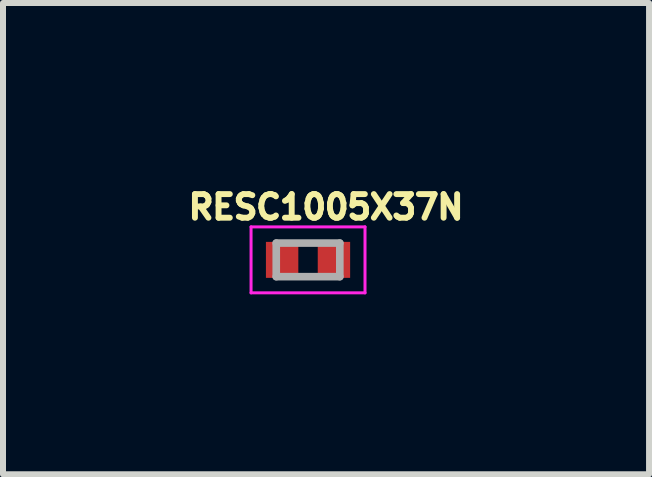
<source format=kicad_pcb>
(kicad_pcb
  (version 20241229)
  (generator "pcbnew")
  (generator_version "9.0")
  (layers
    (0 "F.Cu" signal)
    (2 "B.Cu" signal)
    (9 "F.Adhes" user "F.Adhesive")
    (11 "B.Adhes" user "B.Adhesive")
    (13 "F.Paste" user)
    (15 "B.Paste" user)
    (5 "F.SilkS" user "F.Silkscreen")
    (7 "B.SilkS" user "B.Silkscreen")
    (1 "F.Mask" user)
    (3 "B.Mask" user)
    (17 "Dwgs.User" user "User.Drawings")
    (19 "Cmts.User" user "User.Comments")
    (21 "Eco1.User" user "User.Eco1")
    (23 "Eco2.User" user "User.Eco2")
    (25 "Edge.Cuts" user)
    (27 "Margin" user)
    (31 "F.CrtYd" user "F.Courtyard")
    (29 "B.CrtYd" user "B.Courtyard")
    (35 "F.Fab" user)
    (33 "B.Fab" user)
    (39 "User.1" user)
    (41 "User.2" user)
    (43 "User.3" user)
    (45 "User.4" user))
  (footprint "RESC1005X37N"
    (layer "F.Cu")
    (at 2.086 1.283)
    (property "Reference" "RESC1005X37N" (at 0.3 -0.88 0) (layer "F.SilkS") (effects (font (size 0.394 0.394) (thickness 0.15))))
    (attr smd)
    (fp_line (start -0.95 -0.55) (end 0.95 -0.55) (stroke (width 0.05) (type solid)) (layer "F.CrtYd"))
    (fp_line (start -0.95 0.55) (end -0.95 -0.55) (stroke (width 0.05) (type solid)) (layer "F.CrtYd"))
    (fp_line (start -0.95 0.55) (end 0.95 0.55) (stroke (width 0.05) (type solid)) (layer "F.CrtYd"))
    (fp_line (start 0.95 0.55) (end 0.95 -0.55) (stroke (width 0.05) (type solid)) (layer "F.CrtYd"))
    (fp_line (start -0.53 0.28) (end -0.53 -0.28) (stroke (width 0.127) (type solid)) (layer "F.Fab"))
    (fp_line (start 0.53 -0.28) (end -0.53 -0.28) (stroke (width 0.127) (type solid)) (layer "F.Fab"))
    (fp_line (start 0.53 0.28) (end -0.53 0.28) (stroke (width 0.127) (type solid)) (layer "F.Fab"))
    (fp_line (start 0.53 0.28) (end 0.53 -0.28) (stroke (width 0.127) (type solid)) (layer "F.Fab"))
    (pad "1" smd rect (at -0.432 0) (size 0.54 0.6) (layers "F.Cu" "F.Mask" "F.Paste"))
    (pad "2" smd rect (at 0.432 0) (size 0.54 0.6) (layers "F.Cu" "F.Mask" "F.Paste")))
  (gr_rect
    (start -3 -3)
    (end 7.772 4.858)
    (stroke (width 0.1) (type default))
    (fill no)
    (layer "Edge.Cuts")))
</source>
